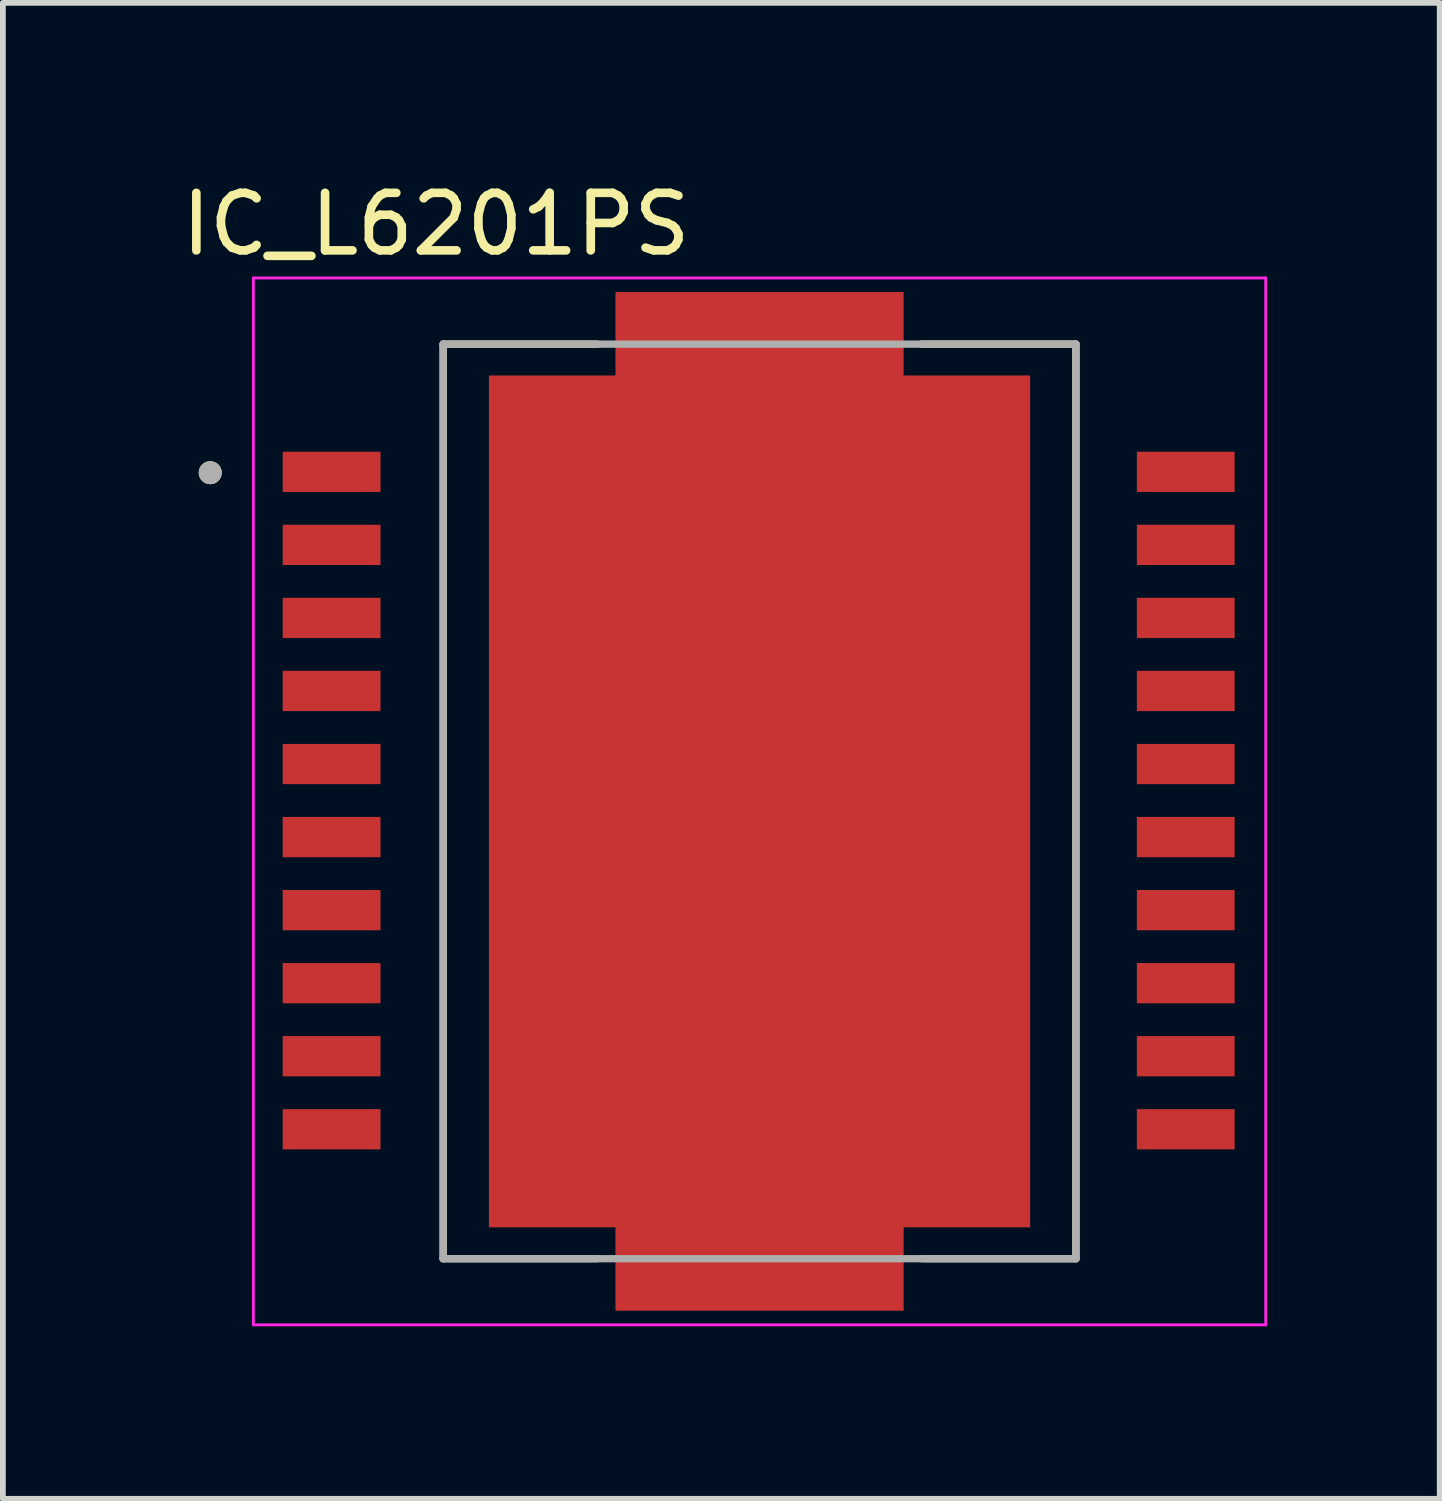
<source format=kicad_pcb>
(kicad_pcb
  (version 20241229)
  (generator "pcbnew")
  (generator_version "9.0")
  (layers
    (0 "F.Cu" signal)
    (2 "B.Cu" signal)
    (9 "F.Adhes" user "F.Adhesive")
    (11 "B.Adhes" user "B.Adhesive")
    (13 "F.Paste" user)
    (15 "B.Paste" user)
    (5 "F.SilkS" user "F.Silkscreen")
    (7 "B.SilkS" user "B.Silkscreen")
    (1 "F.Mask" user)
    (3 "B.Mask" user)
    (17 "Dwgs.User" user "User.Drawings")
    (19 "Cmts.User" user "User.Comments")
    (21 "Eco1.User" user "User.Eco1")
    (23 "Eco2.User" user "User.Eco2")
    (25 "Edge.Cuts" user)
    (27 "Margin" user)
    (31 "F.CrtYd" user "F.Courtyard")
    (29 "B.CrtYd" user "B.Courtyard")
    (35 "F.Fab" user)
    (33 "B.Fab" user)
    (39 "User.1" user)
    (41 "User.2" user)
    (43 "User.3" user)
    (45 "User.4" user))
  (footprint "IC_L6201PS"
    (layer "F.Cu")
    (at 10.155 10.883)
    (property "Reference" "IC_L6201PS" (at -5.625 -10.035 0) (layer "F.SilkS") (effects (font (size 1 1) (thickness 0.15))))
    (attr smd)
    (fp_poly (pts (xy -2.6 -8.95) (xy 2.6 -8.95) (xy 2.6 -7.5) (xy 4.8 -7.5) (xy 4.8 7.5) (xy 2.6 7.5) (xy 2.6 8.95) (xy -2.6 8.95) (xy -2.6 7.5) (xy -4.8 7.5) (xy -4.8 -7.5) (xy -2.6 -7.5)) (stroke (width 0.01) (type solid)) (fill yes) (layer "F.Mask"))
    (fp_line (start -5.5 -7.95) (end -5.5 7.95) (stroke (width 0.127) (type solid)) (layer "F.SilkS"))
    (fp_line (start -5.5 -7.95) (end -2.82 -7.95) (stroke (width 0.127) (type solid)) (layer "F.SilkS"))
    (fp_line (start -5.5 7.95) (end -2.82 7.95) (stroke (width 0.127) (type solid)) (layer "F.SilkS"))
    (fp_line (start 2.82 -7.95) (end 5.5 -7.95) (stroke (width 0.127) (type solid)) (layer "F.SilkS"))
    (fp_line (start 2.82 7.95) (end 5.5 7.95) (stroke (width 0.127) (type solid)) (layer "F.SilkS"))
    (fp_line (start 5.5 -7.95) (end 5.5 7.95) (stroke (width 0.127) (type solid)) (layer "F.SilkS"))
    (fp_circle (center -9.55 -5.715) (end -9.45 -5.715) (stroke (width 0.2) (type solid)) (fill no) (layer "F.SilkS"))
    (fp_poly (pts (xy -4.18 -7.15) (xy -2.87 -7.15) (xy -2.87 -5.97) (xy -4.18 -5.97)) (stroke (width 0.01) (type solid)) (fill yes) (layer "F.Paste"))
    (fp_poly (pts (xy -4.18 -5.51) (xy -2.87 -5.51) (xy -2.87 -4.33) (xy -4.18 -4.33)) (stroke (width 0.01) (type solid)) (fill yes) (layer "F.Paste"))
    (fp_poly (pts (xy -4.18 -3.87) (xy -2.87 -3.87) (xy -2.87 -2.69) (xy -4.18 -2.69)) (stroke (width 0.01) (type solid)) (fill yes) (layer "F.Paste"))
    (fp_poly (pts (xy -4.18 -2.23) (xy -2.87 -2.23) (xy -2.87 -1.05) (xy -4.18 -1.05)) (stroke (width 0.01) (type solid)) (fill yes) (layer "F.Paste"))
    (fp_poly (pts (xy -4.18 -0.59) (xy -2.87 -0.59) (xy -2.87 0.59) (xy -4.18 0.59)) (stroke (width 0.01) (type solid)) (fill yes) (layer "F.Paste"))
    (fp_poly (pts (xy -4.18 1.05) (xy -2.87 1.05) (xy -2.87 2.23) (xy -4.18 2.23)) (stroke (width 0.01) (type solid)) (fill yes) (layer "F.Paste"))
    (fp_poly (pts (xy -4.18 2.69) (xy -2.87 2.69) (xy -2.87 3.87) (xy -4.18 3.87)) (stroke (width 0.01) (type solid)) (fill yes) (layer "F.Paste"))
    (fp_poly (pts (xy -4.18 4.33) (xy -2.87 4.33) (xy -2.87 5.51) (xy -4.18 5.51)) (stroke (width 0.01) (type solid)) (fill yes) (layer "F.Paste"))
    (fp_poly (pts (xy -4.18 5.97) (xy -2.87 5.97) (xy -2.87 7.15) (xy -4.18 7.15)) (stroke (width 0.01) (type solid)) (fill yes) (layer "F.Paste"))
    (fp_poly (pts (xy -2.25 -8.465) (xy -0.13 -8.465) (xy -0.13 -7.785) (xy -2.25 -7.785)) (stroke (width 0.01) (type solid)) (fill yes) (layer "F.Paste"))
    (fp_poly (pts (xy -2.25 7.785) (xy -0.13 7.785) (xy -0.13 8.465) (xy -2.25 8.465)) (stroke (width 0.01) (type solid)) (fill yes) (layer "F.Paste"))
    (fp_poly (pts (xy -1.83 -7.15) (xy -0.52 -7.15) (xy -0.52 -5.97) (xy -1.83 -5.97)) (stroke (width 0.01) (type solid)) (fill yes) (layer "F.Paste"))
    (fp_poly (pts (xy -1.83 -5.51) (xy -0.52 -5.51) (xy -0.52 -4.33) (xy -1.83 -4.33)) (stroke (width 0.01) (type solid)) (fill yes) (layer "F.Paste"))
    (fp_poly (pts (xy -1.83 -3.87) (xy -0.52 -3.87) (xy -0.52 -2.69) (xy -1.83 -2.69)) (stroke (width 0.01) (type solid)) (fill yes) (layer "F.Paste"))
    (fp_poly (pts (xy -1.83 -2.23) (xy -0.52 -2.23) (xy -0.52 -1.05) (xy -1.83 -1.05)) (stroke (width 0.01) (type solid)) (fill yes) (layer "F.Paste"))
    (fp_poly (pts (xy -1.83 -0.59) (xy -0.52 -0.59) (xy -0.52 0.59) (xy -1.83 0.59)) (stroke (width 0.01) (type solid)) (fill yes) (layer "F.Paste"))
    (fp_poly (pts (xy -1.83 1.05) (xy -0.52 1.05) (xy -0.52 2.23) (xy -1.83 2.23)) (stroke (width 0.01) (type solid)) (fill yes) (layer "F.Paste"))
    (fp_poly (pts (xy -1.83 2.69) (xy -0.52 2.69) (xy -0.52 3.87) (xy -1.83 3.87)) (stroke (width 0.01) (type solid)) (fill yes) (layer "F.Paste"))
    (fp_poly (pts (xy -1.83 4.33) (xy -0.52 4.33) (xy -0.52 5.51) (xy -1.83 5.51)) (stroke (width 0.01) (type solid)) (fill yes) (layer "F.Paste"))
    (fp_poly (pts (xy -1.83 5.97) (xy -0.52 5.97) (xy -0.52 7.15) (xy -1.83 7.15)) (stroke (width 0.01) (type solid)) (fill yes) (layer "F.Paste"))
    (fp_poly (pts (xy 0.13 -8.465) (xy 2.25 -8.465) (xy 2.25 -7.785) (xy 0.13 -7.785)) (stroke (width 0.01) (type solid)) (fill yes) (layer "F.Paste"))
    (fp_poly (pts (xy 0.13 7.785) (xy 2.25 7.785) (xy 2.25 8.465) (xy 0.13 8.465)) (stroke (width 0.01) (type solid)) (fill yes) (layer "F.Paste"))
    (fp_poly (pts (xy 0.52 -7.15) (xy 1.83 -7.15) (xy 1.83 -5.97) (xy 0.52 -5.97)) (stroke (width 0.01) (type solid)) (fill yes) (layer "F.Paste"))
    (fp_poly (pts (xy 0.52 -5.51) (xy 1.83 -5.51) (xy 1.83 -4.33) (xy 0.52 -4.33)) (stroke (width 0.01) (type solid)) (fill yes) (layer "F.Paste"))
    (fp_poly (pts (xy 0.52 -3.87) (xy 1.83 -3.87) (xy 1.83 -2.69) (xy 0.52 -2.69)) (stroke (width 0.01) (type solid)) (fill yes) (layer "F.Paste"))
    (fp_poly (pts (xy 0.52 -2.23) (xy 1.83 -2.23) (xy 1.83 -1.05) (xy 0.52 -1.05)) (stroke (width 0.01) (type solid)) (fill yes) (layer "F.Paste"))
    (fp_poly (pts (xy 0.52 -0.59) (xy 1.83 -0.59) (xy 1.83 0.59) (xy 0.52 0.59)) (stroke (width 0.01) (type solid)) (fill yes) (layer "F.Paste"))
    (fp_poly (pts (xy 0.52 1.05) (xy 1.83 1.05) (xy 1.83 2.23) (xy 0.52 2.23)) (stroke (width 0.01) (type solid)) (fill yes) (layer "F.Paste"))
    (fp_poly (pts (xy 0.52 2.69) (xy 1.83 2.69) (xy 1.83 3.87) (xy 0.52 3.87)) (stroke (width 0.01) (type solid)) (fill yes) (layer "F.Paste"))
    (fp_poly (pts (xy 0.52 4.33) (xy 1.83 4.33) (xy 1.83 5.51) (xy 0.52 5.51)) (stroke (width 0.01) (type solid)) (fill yes) (layer "F.Paste"))
    (fp_poly (pts (xy 0.52 5.97) (xy 1.83 5.97) (xy 1.83 7.15) (xy 0.52 7.15)) (stroke (width 0.01) (type solid)) (fill yes) (layer "F.Paste"))
    (fp_poly (pts (xy 2.87 -7.15) (xy 4.18 -7.15) (xy 4.18 -5.97) (xy 2.87 -5.97)) (stroke (width 0.01) (type solid)) (fill yes) (layer "F.Paste"))
    (fp_poly (pts (xy 2.87 -5.51) (xy 4.18 -5.51) (xy 4.18 -4.33) (xy 2.87 -4.33)) (stroke (width 0.01) (type solid)) (fill yes) (layer "F.Paste"))
    (fp_poly (pts (xy 2.87 -3.87) (xy 4.18 -3.87) (xy 4.18 -2.69) (xy 2.87 -2.69)) (stroke (width 0.01) (type solid)) (fill yes) (layer "F.Paste"))
    (fp_poly (pts (xy 2.87 -2.23) (xy 4.18 -2.23) (xy 4.18 -1.05) (xy 2.87 -1.05)) (stroke (width 0.01) (type solid)) (fill yes) (layer "F.Paste"))
    (fp_poly (pts (xy 2.87 -0.59) (xy 4.18 -0.59) (xy 4.18 0.59) (xy 2.87 0.59)) (stroke (width 0.01) (type solid)) (fill yes) (layer "F.Paste"))
    (fp_poly (pts (xy 2.87 1.05) (xy 4.18 1.05) (xy 4.18 2.23) (xy 2.87 2.23)) (stroke (width 0.01) (type solid)) (fill yes) (layer "F.Paste"))
    (fp_poly (pts (xy 2.87 2.69) (xy 4.18 2.69) (xy 4.18 3.87) (xy 2.87 3.87)) (stroke (width 0.01) (type solid)) (fill yes) (layer "F.Paste"))
    (fp_poly (pts (xy 2.87 4.33) (xy 4.18 4.33) (xy 4.18 5.51) (xy 2.87 5.51)) (stroke (width 0.01) (type solid)) (fill yes) (layer "F.Paste"))
    (fp_poly (pts (xy 2.87 5.97) (xy 4.18 5.97) (xy 4.18 7.15) (xy 2.87 7.15)) (stroke (width 0.01) (type solid)) (fill yes) (layer "F.Paste"))
    (fp_line (start -8.8 -9.1) (end -8.8 9.1) (stroke (width 0.05) (type solid)) (layer "F.CrtYd"))
    (fp_line (start -8.8 9.1) (end 8.8 9.1) (stroke (width 0.05) (type solid)) (layer "F.CrtYd"))
    (fp_line (start 8.8 -9.1) (end -8.8 -9.1) (stroke (width 0.05) (type solid)) (layer "F.CrtYd"))
    (fp_line (start 8.8 9.1) (end 8.8 -9.1) (stroke (width 0.05) (type solid)) (layer "F.CrtYd"))
    (fp_line (start -5.5 -7.95) (end -5.5 7.95) (stroke (width 0.127) (type solid)) (layer "F.Fab"))
    (fp_line (start -5.5 -7.95) (end 5.5 -7.95) (stroke (width 0.127) (type solid)) (layer "F.Fab"))
    (fp_line (start -5.5 7.95) (end 5.5 7.95) (stroke (width 0.127) (type solid)) (layer "F.Fab"))
    (fp_line (start 5.5 -7.95) (end 5.5 7.95) (stroke (width 0.127) (type solid)) (layer "F.Fab"))
    (fp_circle (center -9.55 -5.715) (end -9.45 -5.715) (stroke (width 0.2) (type solid)) (fill no) (layer "F.Fab"))
    (pad "1" smd rect (at -7.44 -5.73) (size 1.7 0.7) (layers "F.Cu" "F.Mask" "F.Paste"))
    (pad "2" smd rect (at -7.44 -4.46) (size 1.7 0.7) (layers "F.Cu" "F.Mask" "F.Paste"))
    (pad "3" smd rect (at -7.44 -3.19) (size 1.7 0.7) (layers "F.Cu" "F.Mask" "F.Paste"))
    (pad "4" smd rect (at -7.44 -1.92) (size 1.7 0.7) (layers "F.Cu" "F.Mask" "F.Paste"))
    (pad "5" smd rect (at -7.44 -0.65) (size 1.7 0.7) (layers "F.Cu" "F.Mask" "F.Paste"))
    (pad "6" smd rect (at -7.44 0.62) (size 1.7 0.7) (layers "F.Cu" "F.Mask" "F.Paste"))
    (pad "7" smd rect (at -7.44 1.89) (size 1.7 0.7) (layers "F.Cu" "F.Mask" "F.Paste"))
    (pad "8" smd rect (at -7.44 3.16) (size 1.7 0.7) (layers "F.Cu" "F.Mask" "F.Paste"))
    (pad "9" smd rect (at -7.44 4.43) (size 1.7 0.7) (layers "F.Cu" "F.Mask" "F.Paste"))
    (pad "10" smd rect (at -7.44 5.7) (size 1.7 0.7) (layers "F.Cu" "F.Mask" "F.Paste"))
    (pad "11" smd rect (at 7.41 5.7) (size 1.7 0.7) (layers "F.Cu" "F.Mask" "F.Paste"))
    (pad "12" smd rect (at 7.41 4.43) (size 1.7 0.7) (layers "F.Cu" "F.Mask" "F.Paste"))
    (pad "13" smd rect (at 7.41 3.16) (size 1.7 0.7) (layers "F.Cu" "F.Mask" "F.Paste"))
    (pad "14" smd rect (at 7.41 1.89) (size 1.7 0.7) (layers "F.Cu" "F.Mask" "F.Paste"))
    (pad "15" smd rect (at 7.41 0.62) (size 1.7 0.7) (layers "F.Cu" "F.Mask" "F.Paste"))
    (pad "16" smd rect (at 7.41 -0.65) (size 1.7 0.7) (layers "F.Cu" "F.Mask" "F.Paste"))
    (pad "17" smd rect (at 7.41 -1.92) (size 1.7 0.7) (layers "F.Cu" "F.Mask" "F.Paste"))
    (pad "18" smd rect (at 7.41 -3.19) (size 1.7 0.7) (layers "F.Cu" "F.Mask" "F.Paste"))
    (pad "19" smd rect (at 7.41 -4.46) (size 1.7 0.7) (layers "F.Cu" "F.Mask" "F.Paste"))
    (pad "20" smd rect (at 7.41 -5.73) (size 1.7 0.7) (layers "F.Cu" "F.Mask" "F.Paste"))
    (pad "21" smd custom (at 0 0) (size 0.5 0.5) (layers "F.Cu") (options (anchor rect)) (primitives (gr_poly (pts (xy -2.5 -8.85) (xy 2.5 -8.85) (xy 2.5 -7.4) (xy 4.7 -7.4) (xy 4.7 7.4) (xy 2.5 7.4) (xy 2.5 8.85) (xy -2.5 8.85) (xy -2.5 7.4) (xy -4.7 7.4) (xy -4.7 -7.4) (xy -2.5 -7.4)) (width 0.01) (fill yes)))))
  (gr_rect
    (start -3 -3)
    (end 21.98 23.008)
    (stroke (width 0.1) (type default))
    (fill no)
    (layer "Edge.Cuts")))
</source>
